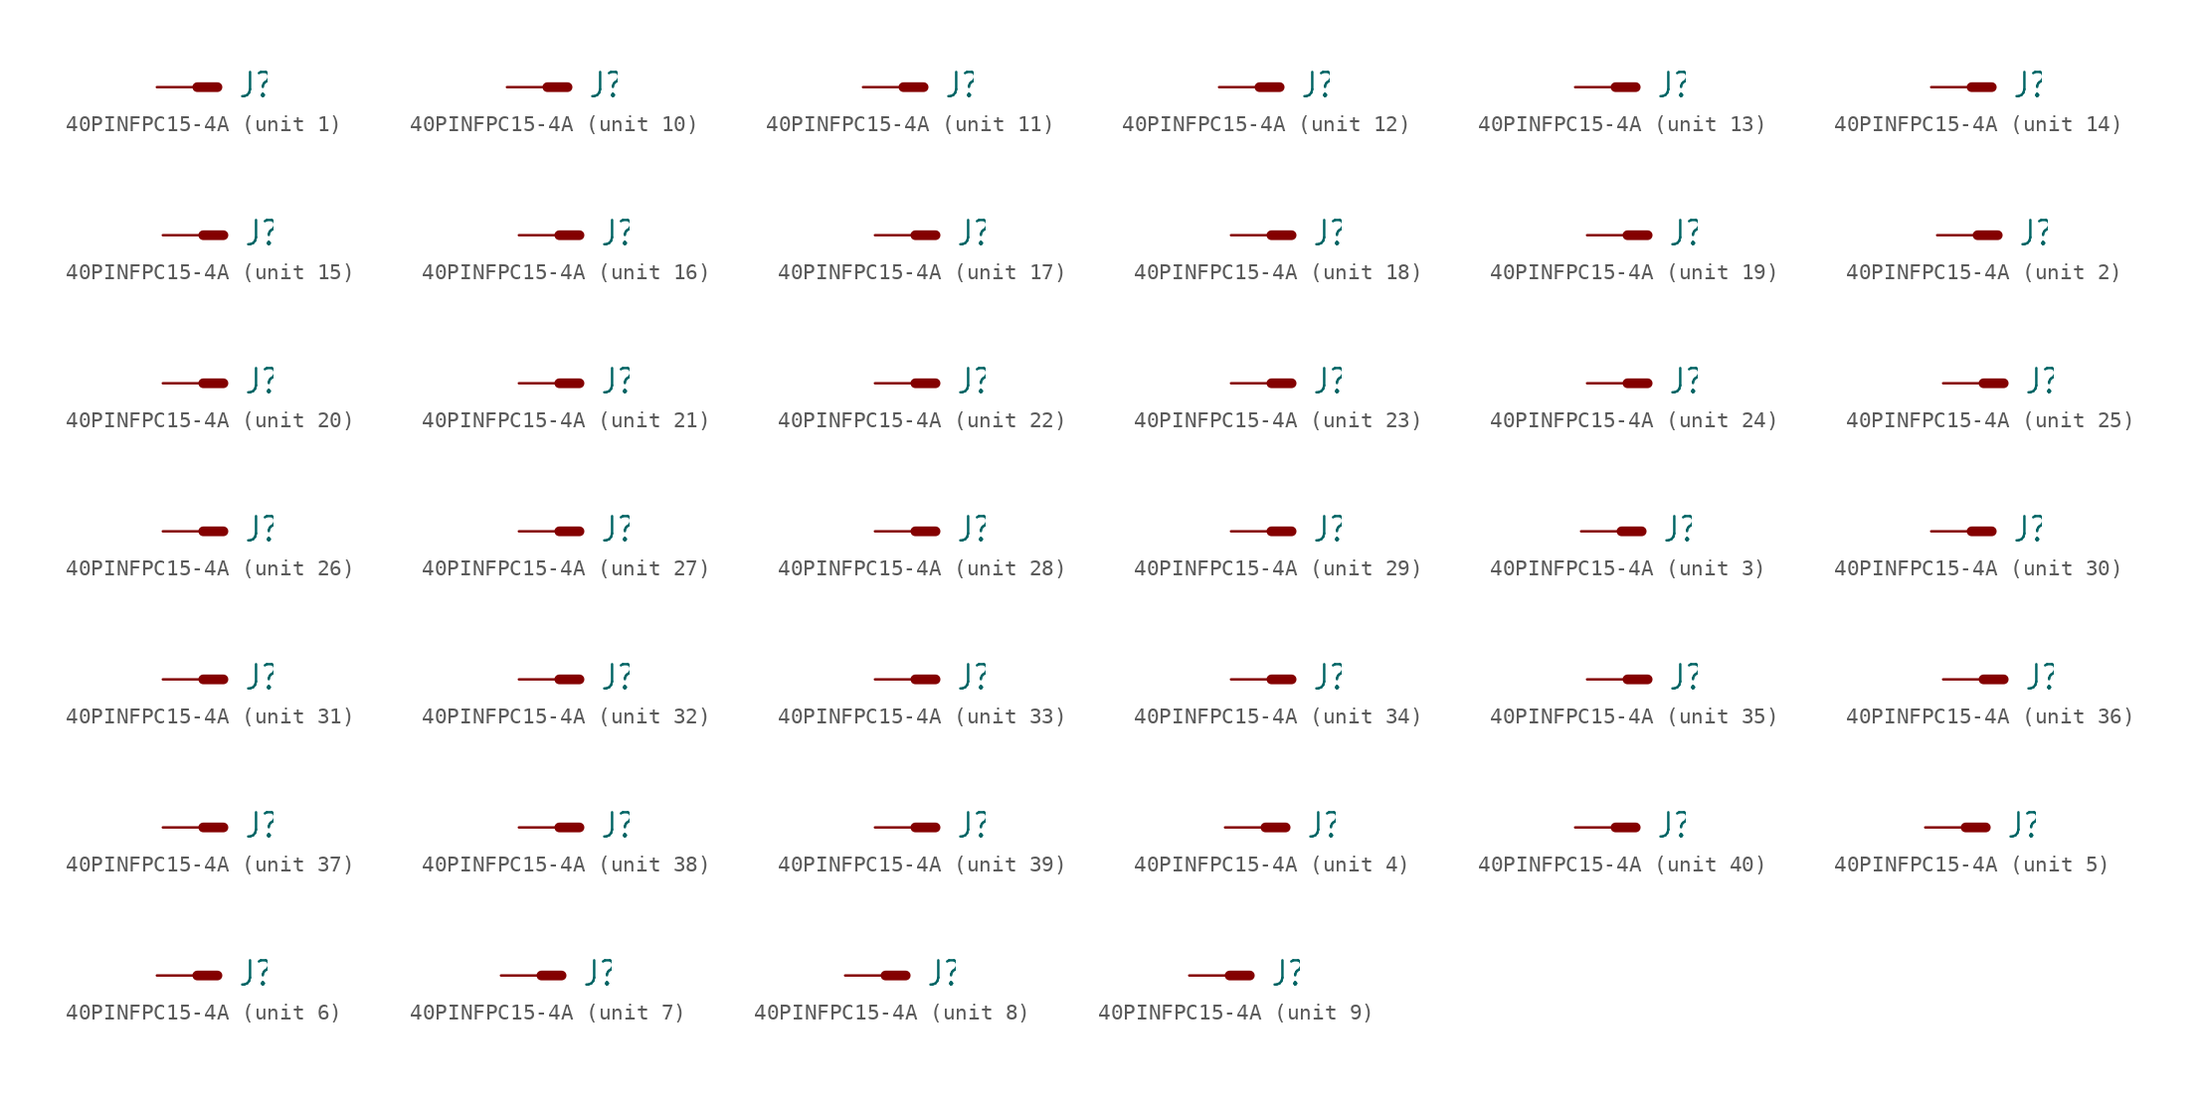
<source format=kicad_sym>
(kicad_symbol_lib
  (version 20241209)
  (generator "kicad_symbol_editor")
  (generator_version "9.0")
  (symbol "40PINFPC15-4A"
    (property "Reference" "J"
      (at 2.54 -0.762 0)
      (effects (font (size 1.524 1.295)) (justify left bottom)))
    (property "ki_locked" ""
      (at 0 0 0)
      (effects (font (size 1.27 1.27))))
    (symbol "40PINFPC15-4A_1_0"
      (polyline (pts (xy 0 0) (xy 1.27 0)) (stroke (width 0.61) (type solid)) (fill (type none)))
      (pin passive line (at -2.54 0 0) (length 2.54) (name "MSV" (effects (font (size 0 0)))) (number "1" (effects (font (size 0 0))))))
    (symbol "40PINFPC15-4A_2_0"
      (polyline (pts (xy 0 0) (xy 1.27 0)) (stroke (width 0.61) (type solid)) (fill (type none)))
      (pin passive line (at -2.54 0 0) (length 2.54) (name "MS" (effects (font (size 0 0)))) (number "10" (effects (font (size 0 0))))))
    (symbol "40PINFPC15-4A_3_0"
      (polyline (pts (xy 0 0) (xy 1.27 0)) (stroke (width 0.61) (type solid)) (fill (type none)))
      (pin passive line (at -2.54 0 0) (length 2.54) (name "MS" (effects (font (size 0 0)))) (number "11" (effects (font (size 0 0))))))
    (symbol "40PINFPC15-4A_4_0"
      (polyline (pts (xy 0 0) (xy 1.27 0)) (stroke (width 0.61) (type solid)) (fill (type none)))
      (pin passive line (at -2.54 0 0) (length 2.54) (name "MS" (effects (font (size 0 0)))) (number "12" (effects (font (size 0 0))))))
    (symbol "40PINFPC15-4A_5_0"
      (polyline (pts (xy 0 0) (xy 1.27 0)) (stroke (width 0.61) (type solid)) (fill (type none)))
      (pin passive line (at -2.54 0 0) (length 2.54) (name "MS" (effects (font (size 0 0)))) (number "13" (effects (font (size 0 0))))))
    (symbol "40PINFPC15-4A_6_0"
      (polyline (pts (xy 0 0) (xy 1.27 0)) (stroke (width 0.61) (type solid)) (fill (type none)))
      (pin passive line (at -2.54 0 0) (length 2.54) (name "MS" (effects (font (size 0 0)))) (number "14" (effects (font (size 0 0))))))
    (symbol "40PINFPC15-4A_7_0"
      (polyline (pts (xy 0 0) (xy 1.27 0)) (stroke (width 0.61) (type solid)) (fill (type none)))
      (pin passive line (at -2.54 0 0) (length 2.54) (name "MS" (effects (font (size 0 0)))) (number "15" (effects (font (size 0 0))))))
    (symbol "40PINFPC15-4A_8_0"
      (polyline (pts (xy 0 0) (xy 1.27 0)) (stroke (width 0.61) (type solid)) (fill (type none)))
      (pin passive line (at -2.54 0 0) (length 2.54) (name "MS" (effects (font (size 0 0)))) (number "16" (effects (font (size 0 0))))))
    (symbol "40PINFPC15-4A_9_0"
      (polyline (pts (xy 0 0) (xy 1.27 0)) (stroke (width 0.61) (type solid)) (fill (type none)))
      (pin passive line (at -2.54 0 0) (length 2.54) (name "MS" (effects (font (size 0 0)))) (number "17" (effects (font (size 0 0))))))
    (symbol "40PINFPC15-4A_10_0"
      (polyline (pts (xy 0 0) (xy 1.27 0)) (stroke (width 0.61) (type solid)) (fill (type none)))
      (pin passive line (at -2.54 0 0) (length 2.54) (name "MS" (effects (font (size 0 0)))) (number "18" (effects (font (size 0 0))))))
    (symbol "40PINFPC15-4A_11_0"
      (polyline (pts (xy 0 0) (xy 1.27 0)) (stroke (width 0.61) (type solid)) (fill (type none)))
      (pin passive line (at -2.54 0 0) (length 2.54) (name "MS" (effects (font (size 0 0)))) (number "19" (effects (font (size 0 0))))))
    (symbol "40PINFPC15-4A_12_0"
      (polyline (pts (xy 0 0) (xy 1.27 0)) (stroke (width 0.61) (type solid)) (fill (type none)))
      (pin passive line (at -2.54 0 0) (length 2.54) (name "MS" (effects (font (size 0 0)))) (number "2" (effects (font (size 0 0))))))
    (symbol "40PINFPC15-4A_13_0"
      (polyline (pts (xy 0 0) (xy 1.27 0)) (stroke (width 0.61) (type solid)) (fill (type none)))
      (pin passive line (at -2.54 0 0) (length 2.54) (name "MS" (effects (font (size 0 0)))) (number "20" (effects (font (size 0 0))))))
    (symbol "40PINFPC15-4A_14_0"
      (polyline (pts (xy 0 0) (xy 1.27 0)) (stroke (width 0.61) (type solid)) (fill (type none)))
      (pin passive line (at -2.54 0 0) (length 2.54) (name "MS" (effects (font (size 0 0)))) (number "21" (effects (font (size 0 0))))))
    (symbol "40PINFPC15-4A_15_0"
      (polyline (pts (xy 0 0) (xy 1.27 0)) (stroke (width 0.61) (type solid)) (fill (type none)))
      (pin passive line (at -2.54 0 0) (length 2.54) (name "MS" (effects (font (size 0 0)))) (number "22" (effects (font (size 0 0))))))
    (symbol "40PINFPC15-4A_16_0"
      (polyline (pts (xy 0 0) (xy 1.27 0)) (stroke (width 0.61) (type solid)) (fill (type none)))
      (pin passive line (at -2.54 0 0) (length 2.54) (name "MS" (effects (font (size 0 0)))) (number "23" (effects (font (size 0 0))))))
    (symbol "40PINFPC15-4A_17_0"
      (polyline (pts (xy 0 0) (xy 1.27 0)) (stroke (width 0.61) (type solid)) (fill (type none)))
      (pin passive line (at -2.54 0 0) (length 2.54) (name "MS" (effects (font (size 0 0)))) (number "24" (effects (font (size 0 0))))))
    (symbol "40PINFPC15-4A_18_0"
      (polyline (pts (xy 0 0) (xy 1.27 0)) (stroke (width 0.61) (type solid)) (fill (type none)))
      (pin passive line (at -2.54 0 0) (length 2.54) (name "MS" (effects (font (size 0 0)))) (number "25" (effects (font (size 0 0))))))
    (symbol "40PINFPC15-4A_19_0"
      (polyline (pts (xy 0 0) (xy 1.27 0)) (stroke (width 0.61) (type solid)) (fill (type none)))
      (pin passive line (at -2.54 0 0) (length 2.54) (name "MS" (effects (font (size 0 0)))) (number "26" (effects (font (size 0 0))))))
    (symbol "40PINFPC15-4A_20_0"
      (polyline (pts (xy 0 0) (xy 1.27 0)) (stroke (width 0.61) (type solid)) (fill (type none)))
      (pin passive line (at -2.54 0 0) (length 2.54) (name "MS" (effects (font (size 0 0)))) (number "27" (effects (font (size 0 0))))))
    (symbol "40PINFPC15-4A_21_0"
      (polyline (pts (xy 0 0) (xy 1.27 0)) (stroke (width 0.61) (type solid)) (fill (type none)))
      (pin passive line (at -2.54 0 0) (length 2.54) (name "MS" (effects (font (size 0 0)))) (number "28" (effects (font (size 0 0))))))
    (symbol "40PINFPC15-4A_22_0"
      (polyline (pts (xy 0 0) (xy 1.27 0)) (stroke (width 0.61) (type solid)) (fill (type none)))
      (pin passive line (at -2.54 0 0) (length 2.54) (name "MS" (effects (font (size 0 0)))) (number "29" (effects (font (size 0 0))))))
    (symbol "40PINFPC15-4A_23_0"
      (polyline (pts (xy 0 0) (xy 1.27 0)) (stroke (width 0.61) (type solid)) (fill (type none)))
      (pin passive line (at -2.54 0 0) (length 2.54) (name "MS" (effects (font (size 0 0)))) (number "3" (effects (font (size 0 0))))))
    (symbol "40PINFPC15-4A_24_0"
      (polyline (pts (xy 0 0) (xy 1.27 0)) (stroke (width 0.61) (type solid)) (fill (type none)))
      (pin passive line (at -2.54 0 0) (length 2.54) (name "MS" (effects (font (size 0 0)))) (number "30" (effects (font (size 0 0))))))
    (symbol "40PINFPC15-4A_25_0"
      (polyline (pts (xy 0 0) (xy 1.27 0)) (stroke (width 0.61) (type solid)) (fill (type none)))
      (pin passive line (at -2.54 0 0) (length 2.54) (name "MS" (effects (font (size 0 0)))) (number "31" (effects (font (size 0 0))))))
    (symbol "40PINFPC15-4A_26_0"
      (polyline (pts (xy 0 0) (xy 1.27 0)) (stroke (width 0.61) (type solid)) (fill (type none)))
      (pin passive line (at -2.54 0 0) (length 2.54) (name "MS" (effects (font (size 0 0)))) (number "32" (effects (font (size 0 0))))))
    (symbol "40PINFPC15-4A_27_0"
      (polyline (pts (xy 0 0) (xy 1.27 0)) (stroke (width 0.61) (type solid)) (fill (type none)))
      (pin passive line (at -2.54 0 0) (length 2.54) (name "MS" (effects (font (size 0 0)))) (number "33" (effects (font (size 0 0))))))
    (symbol "40PINFPC15-4A_28_0"
      (polyline (pts (xy 0 0) (xy 1.27 0)) (stroke (width 0.61) (type solid)) (fill (type none)))
      (pin passive line (at -2.54 0 0) (length 2.54) (name "MS" (effects (font (size 0 0)))) (number "34" (effects (font (size 0 0))))))
    (symbol "40PINFPC15-4A_29_0"
      (polyline (pts (xy 0 0) (xy 1.27 0)) (stroke (width 0.61) (type solid)) (fill (type none)))
      (pin passive line (at -2.54 0 0) (length 2.54) (name "MS" (effects (font (size 0 0)))) (number "35" (effects (font (size 0 0))))))
    (symbol "40PINFPC15-4A_30_0"
      (polyline (pts (xy 0 0) (xy 1.27 0)) (stroke (width 0.61) (type solid)) (fill (type none)))
      (pin passive line (at -2.54 0 0) (length 2.54) (name "MS" (effects (font (size 0 0)))) (number "36" (effects (font (size 0 0))))))
    (symbol "40PINFPC15-4A_31_0"
      (polyline (pts (xy 0 0) (xy 1.27 0)) (stroke (width 0.61) (type solid)) (fill (type none)))
      (pin passive line (at -2.54 0 0) (length 2.54) (name "MS" (effects (font (size 0 0)))) (number "37" (effects (font (size 0 0))))))
    (symbol "40PINFPC15-4A_32_0"
      (polyline (pts (xy 0 0) (xy 1.27 0)) (stroke (width 0.61) (type solid)) (fill (type none)))
      (pin passive line (at -2.54 0 0) (length 2.54) (name "MS" (effects (font (size 0 0)))) (number "38" (effects (font (size 0 0))))))
    (symbol "40PINFPC15-4A_33_0"
      (polyline (pts (xy 0 0) (xy 1.27 0)) (stroke (width 0.61) (type solid)) (fill (type none)))
      (pin passive line (at -2.54 0 0) (length 2.54) (name "MS" (effects (font (size 0 0)))) (number "39" (effects (font (size 0 0))))))
    (symbol "40PINFPC15-4A_34_0"
      (polyline (pts (xy 0 0) (xy 1.27 0)) (stroke (width 0.61) (type solid)) (fill (type none)))
      (pin passive line (at -2.54 0 0) (length 2.54) (name "MS" (effects (font (size 0 0)))) (number "4" (effects (font (size 0 0))))))
    (symbol "40PINFPC15-4A_35_0"
      (polyline (pts (xy 0 0) (xy 1.27 0)) (stroke (width 0.61) (type solid)) (fill (type none)))
      (pin passive line (at -2.54 0 0) (length 2.54) (name "MS" (effects (font (size 0 0)))) (number "40" (effects (font (size 0 0))))))
    (symbol "40PINFPC15-4A_36_0"
      (polyline (pts (xy 0 0) (xy 1.27 0)) (stroke (width 0.61) (type solid)) (fill (type none)))
      (pin passive line (at -2.54 0 0) (length 2.54) (name "MS" (effects (font (size 0 0)))) (number "5" (effects (font (size 0 0))))))
    (symbol "40PINFPC15-4A_37_0"
      (polyline (pts (xy 0 0) (xy 1.27 0)) (stroke (width 0.61) (type solid)) (fill (type none)))
      (pin passive line (at -2.54 0 0) (length 2.54) (name "MS" (effects (font (size 0 0)))) (number "6" (effects (font (size 0 0))))))
    (symbol "40PINFPC15-4A_38_0"
      (polyline (pts (xy 0 0) (xy 1.27 0)) (stroke (width 0.61) (type solid)) (fill (type none)))
      (pin passive line (at -2.54 0 0) (length 2.54) (name "MS" (effects (font (size 0 0)))) (number "7" (effects (font (size 0 0))))))
    (symbol "40PINFPC15-4A_39_0"
      (polyline (pts (xy 0 0) (xy 1.27 0)) (stroke (width 0.61) (type solid)) (fill (type none)))
      (pin passive line (at -2.54 0 0) (length 2.54) (name "MS" (effects (font (size 0 0)))) (number "8" (effects (font (size 0 0))))))
    (symbol "40PINFPC15-4A_40_0"
      (polyline (pts (xy 0 0) (xy 1.27 0)) (stroke (width 0.61) (type solid)) (fill (type none)))
      (pin passive line (at -2.54 0 0) (length 2.54) (name "MS" (effects (font (size 0 0)))) (number "9" (effects (font (size 0 0))))))))
</source>
